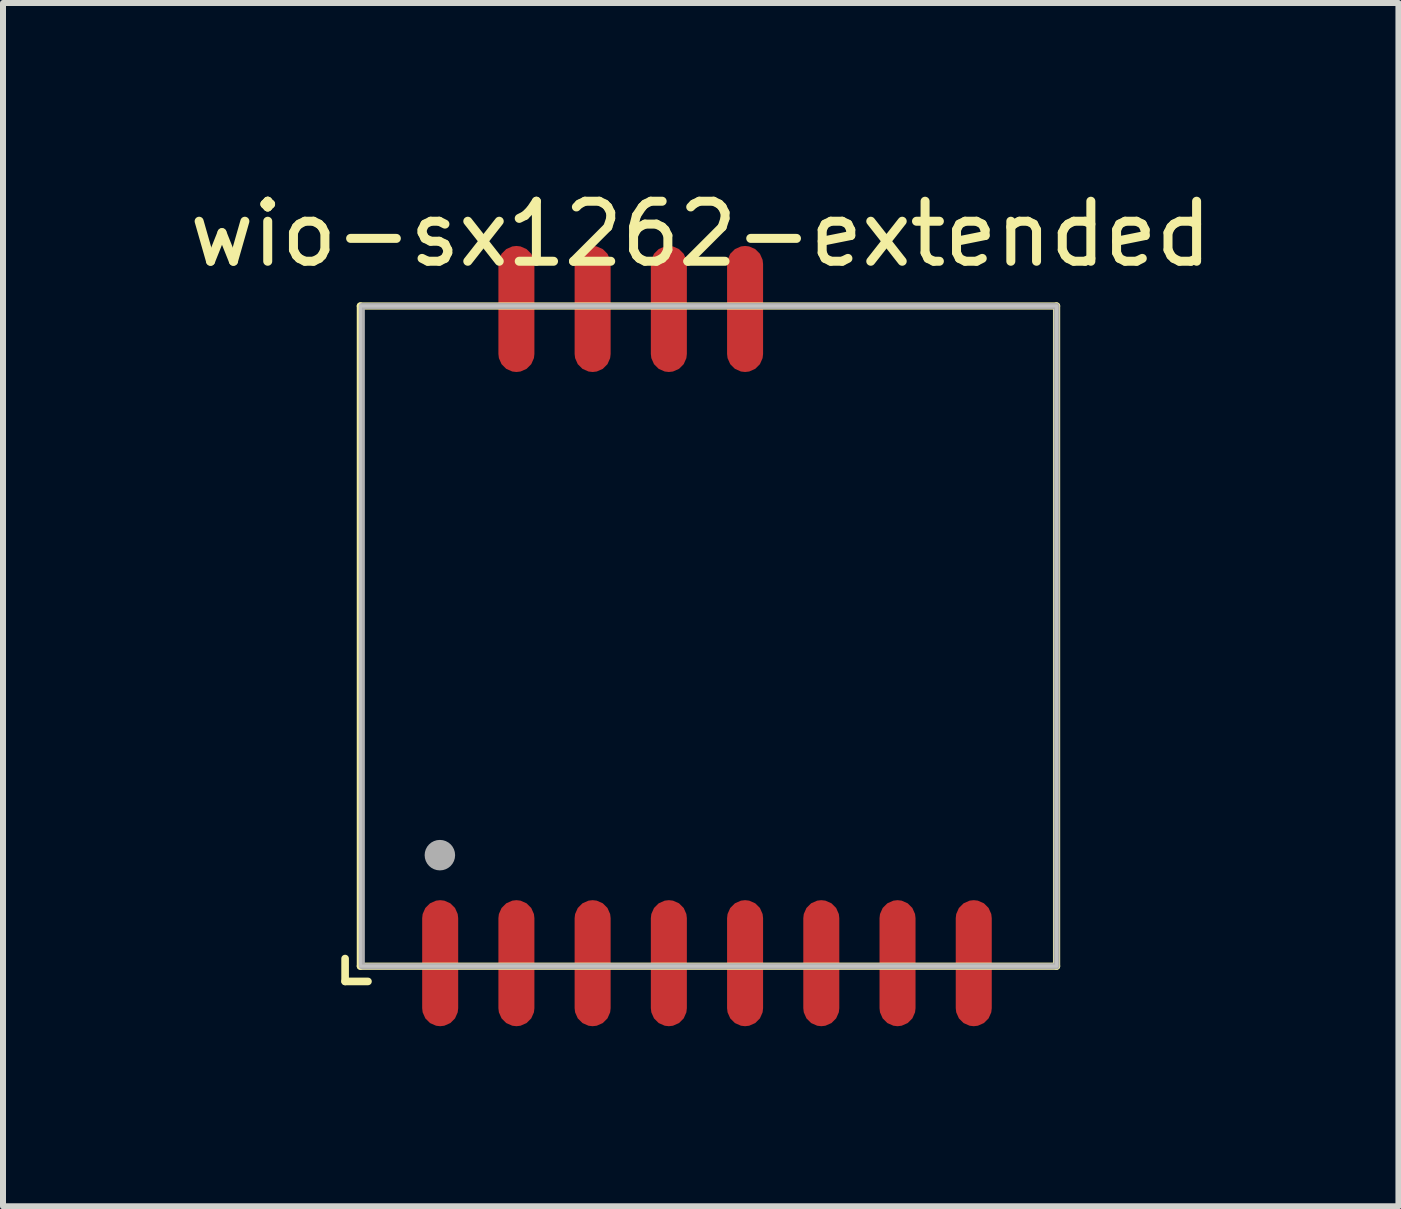
<source format=kicad_pcb>
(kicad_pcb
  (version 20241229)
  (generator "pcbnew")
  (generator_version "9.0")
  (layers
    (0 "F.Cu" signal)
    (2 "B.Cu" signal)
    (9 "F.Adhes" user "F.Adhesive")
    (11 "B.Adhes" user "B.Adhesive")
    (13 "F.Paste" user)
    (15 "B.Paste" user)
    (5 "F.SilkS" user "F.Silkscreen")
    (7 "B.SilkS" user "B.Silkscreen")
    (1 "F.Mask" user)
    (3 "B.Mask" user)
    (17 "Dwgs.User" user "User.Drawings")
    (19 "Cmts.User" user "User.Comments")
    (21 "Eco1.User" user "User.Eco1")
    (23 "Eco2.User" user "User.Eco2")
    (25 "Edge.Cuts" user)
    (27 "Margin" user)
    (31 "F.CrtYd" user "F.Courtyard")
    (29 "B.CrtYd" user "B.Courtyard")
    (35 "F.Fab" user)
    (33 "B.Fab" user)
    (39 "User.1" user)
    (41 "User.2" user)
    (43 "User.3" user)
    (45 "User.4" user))
  (footprint "wio-sx1262-extended"
    (layer "F.Cu")
    (at 2.954 13.048)
    (property "Reference" "wio-sx1262-extended" (at 5.671 -12.2 0) (layer "F.SilkS") (effects (font (size 1 1) (thickness 0.15))))
    (fp_line (start -0.254 0.254) (end -0.254 -0.127) (stroke (width 0.127) (type default)) (layer "F.SilkS"))
    (fp_line (start 0 -11) (end 11.6 -11) (stroke (width 0.12) (type default)) (layer "F.SilkS"))
    (fp_line (start 0 0) (end 0 -11) (stroke (width 0.12) (type default)) (layer "F.SilkS"))
    (fp_line (start 0.127 0.254) (end -0.254 0.254) (stroke (width 0.127) (type default)) (layer "F.SilkS"))
    (fp_line (start 11.6 -11) (end 11.6 0) (stroke (width 0.12) (type default)) (layer "F.SilkS"))
    (fp_line (start 11.6 0) (end 0 0) (stroke (width 0.12) (type default)) (layer "F.SilkS"))
    (fp_rect (start 0 -11) (end 11.6 0) (stroke (width 0.05) (type default)) (fill no) (layer "Dwgs.User"))
    (fp_rect (start 0.025 -11) (end 11.6 0) (stroke (width 0.1) (type default)) (fill no) (layer "F.Fab"))
    (fp_circle (center 1.325 -1.85) (end 1.452 -1.85) (stroke (width 0.254) (type default)) (fill no) (layer "F.Fab"))
    (pad "1" smd roundrect (at 1.33 -0.05 90) (size 2.1 0.6) (layers "F.Cu" "F.Mask" "F.Paste") (roundrect_rratio 0.5))
    (pad "2" smd roundrect (at 2.6 -0.05 90) (size 2.1 0.6) (layers "F.Cu" "F.Mask" "F.Paste") (roundrect_rratio 0.5))
    (pad "3" smd roundrect (at 3.87 -0.05 90) (size 2.1 0.6) (layers "F.Cu" "F.Mask" "F.Paste") (roundrect_rratio 0.5))
    (pad "4" smd roundrect (at 5.14 -0.05 90) (size 2.1 0.6) (layers "F.Cu" "F.Mask" "F.Paste") (roundrect_rratio 0.5))
    (pad "5" smd roundrect (at 6.41 -0.05 90) (size 2.1 0.6) (layers "F.Cu" "F.Mask" "F.Paste") (roundrect_rratio 0.5))
    (pad "6" smd roundrect (at 7.68 -0.05 90) (size 2.1 0.6) (layers "F.Cu" "F.Mask" "F.Paste") (roundrect_rratio 0.5))
    (pad "7" smd roundrect (at 8.95 -0.05 90) (size 2.1 0.6) (layers "F.Cu" "F.Mask" "F.Paste") (roundrect_rratio 0.5))
    (pad "8" smd roundrect (at 10.22 -0.05 90) (size 2.1 0.6) (layers "F.Cu" "F.Mask" "F.Paste") (roundrect_rratio 0.5))
    (pad "9" smd roundrect (at 6.41 -10.95 90) (size 2.1 0.6) (layers "F.Cu" "F.Mask" "F.Paste") (roundrect_rratio 0.5))
    (pad "10" smd roundrect (at 5.14 -10.95 90) (size 2.1 0.6) (layers "F.Cu" "F.Mask" "F.Paste") (roundrect_rratio 0.5))
    (pad "11" smd roundrect (at 3.87 -10.95 90) (size 2.1 0.6) (layers "F.Cu" "F.Mask" "F.Paste") (roundrect_rratio 0.5))
    (pad "12" smd roundrect (at 2.6 -10.95 90) (size 2.1 0.6) (layers "F.Cu" "F.Mask" "F.Paste") (roundrect_rratio 0.5)))
  (gr_rect
    (start -3 -3)
    (end 20.25 17.048)
    (stroke (width 0.1) (type default))
    (fill no)
    (layer "Edge.Cuts")))
</source>
